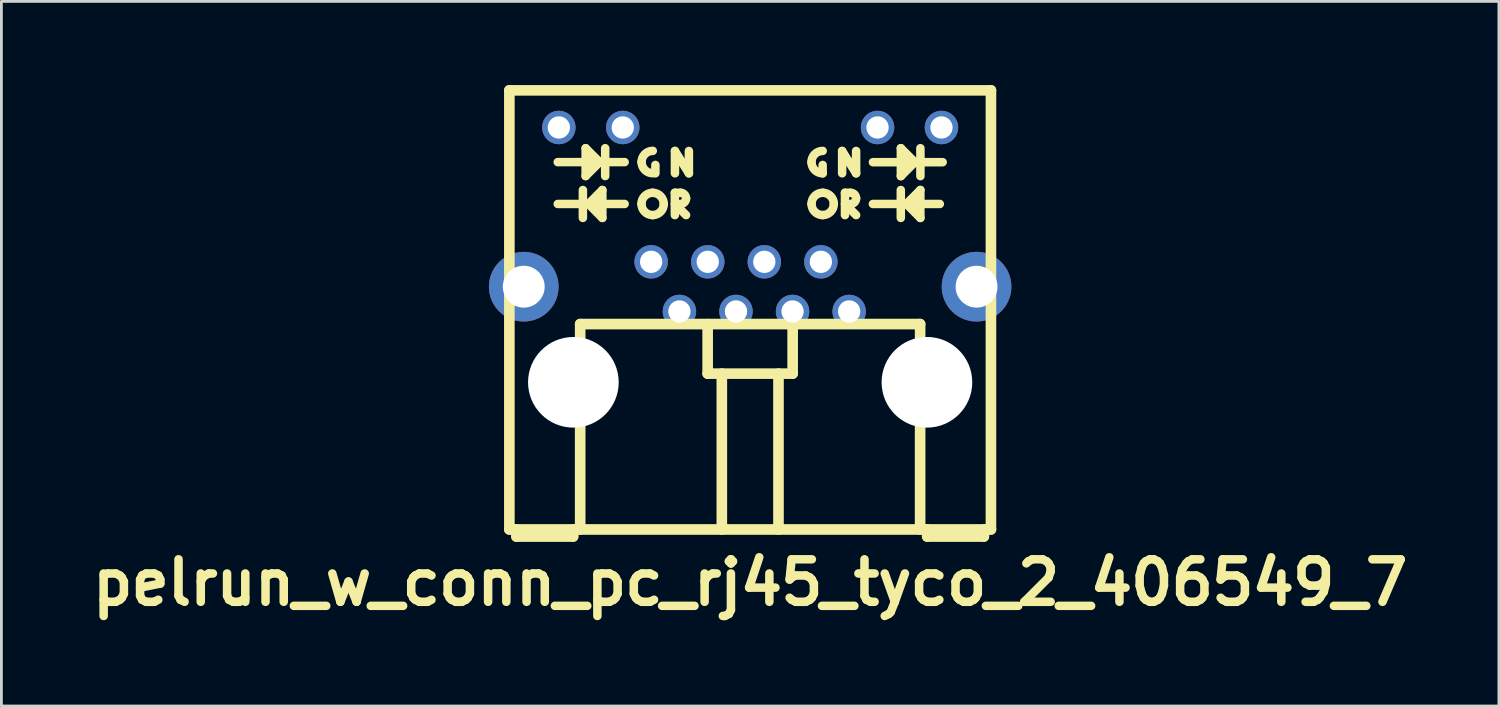
<source format=kicad_pcb>
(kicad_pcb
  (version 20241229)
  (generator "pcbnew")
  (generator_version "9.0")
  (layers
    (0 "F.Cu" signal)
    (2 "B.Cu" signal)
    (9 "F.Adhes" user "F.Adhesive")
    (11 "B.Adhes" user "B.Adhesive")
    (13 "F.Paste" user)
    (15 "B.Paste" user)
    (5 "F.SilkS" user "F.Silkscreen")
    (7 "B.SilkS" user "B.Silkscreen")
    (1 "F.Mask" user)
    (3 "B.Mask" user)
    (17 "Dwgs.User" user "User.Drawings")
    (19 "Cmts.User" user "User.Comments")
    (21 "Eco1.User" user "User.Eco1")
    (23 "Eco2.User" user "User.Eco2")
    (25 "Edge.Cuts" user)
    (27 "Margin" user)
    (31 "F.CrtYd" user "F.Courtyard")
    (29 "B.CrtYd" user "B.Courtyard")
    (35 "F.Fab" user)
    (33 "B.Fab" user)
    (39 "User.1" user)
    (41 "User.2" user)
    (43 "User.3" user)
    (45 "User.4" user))
  (footprint "pelrun_w_conn_pc_rj45_tyco_2_406549_7"
    (layer "F.Cu")
    (at 23.854 8.065)
    (property "Reference" "pelrun_w_conn_pc_rj45_tyco_2_406549_7" (at 0 9.779 0) (layer "F.SilkS") (effects (font (size 1.524 1.524) (thickness 0.305))))
    (attr through_hole)
    (fp_line (start -8.636 -7.874) (end 8.636 -7.874) (stroke (width 0.381) (type solid)) (layer "F.SilkS"))
    (fp_line (start -8.636 7.874) (end -8.636 -7.874) (stroke (width 0.381) (type solid)) (layer "F.SilkS"))
    (fp_line (start -8.382 7.874) (end -8.382 8.128) (stroke (width 0.381) (type solid)) (layer "F.SilkS"))
    (fp_line (start -8.382 8.128) (end -6.35 8.128) (stroke (width 0.381) (type solid)) (layer "F.SilkS"))
    (fp_line (start -6.901 -5.301) (end -4.501 -5.301) (stroke (width 0.305) (type solid)) (layer "F.SilkS"))
    (fp_line (start -6.901 -3.8) (end -4.501 -3.8) (stroke (width 0.305) (type solid)) (layer "F.SilkS"))
    (fp_line (start -6.35 8.128) (end -6.35 7.874) (stroke (width 0.381) (type solid)) (layer "F.SilkS"))
    (fp_line (start -6.096 0.508) (end 6.096 0.508) (stroke (width 0.381) (type solid)) (layer "F.SilkS"))
    (fp_line (start -6.096 7.874) (end -6.096 0.508) (stroke (width 0.381) (type solid)) (layer "F.SilkS"))
    (fp_line (start -5.999 -4.3) (end -5.999 -3.299) (stroke (width 0.305) (type solid)) (layer "F.SilkS"))
    (fp_line (start -5.9 -5.799) (end -5.9 -4.801) (stroke (width 0.305) (type solid)) (layer "F.SilkS"))
    (fp_line (start -5.9 -4.801) (end -5.4 -5.301) (stroke (width 0.305) (type solid)) (layer "F.SilkS"))
    (fp_line (start -5.799 -3.8) (end -5.301 -3.299) (stroke (width 0.305) (type solid)) (layer "F.SilkS"))
    (fp_line (start -5.4 -5.301) (end -5.9 -5.799) (stroke (width 0.305) (type solid)) (layer "F.SilkS"))
    (fp_line (start -5.301 -4.3) (end -5.799 -3.8) (stroke (width 0.305) (type solid)) (layer "F.SilkS"))
    (fp_line (start -5.301 -3.299) (end -5.301 -4.3) (stroke (width 0.305) (type solid)) (layer "F.SilkS"))
    (fp_line (start -5.199 -5.799) (end -5.199 -4.801) (stroke (width 0.305) (type solid)) (layer "F.SilkS"))
    (fp_line (start -3.399 -5.199) (end -3.399 -4.9) (stroke (width 0.305) (type solid)) (layer "F.SilkS"))
    (fp_line (start -2.7 -3.8) (end -2.299 -3.401) (stroke (width 0.305) (type solid)) (layer "F.SilkS"))
    (fp_line (start -2.7 -3.401) (end -2.7 -4.201) (stroke (width 0.305) (type solid)) (layer "F.SilkS"))
    (fp_line (start -2.697 -5.7) (end -2.197 -4.9) (stroke (width 0.305) (type solid)) (layer "F.SilkS"))
    (fp_line (start -2.697 -4.9) (end -2.697 -5.7) (stroke (width 0.305) (type solid)) (layer "F.SilkS"))
    (fp_line (start -2.499 -4.201) (end -2.7 -4.201) (stroke (width 0.305) (type solid)) (layer "F.SilkS"))
    (fp_line (start -2.197 -4.9) (end -2.197 -5.7) (stroke (width 0.305) (type solid)) (layer "F.SilkS"))
    (fp_line (start -1.524 2.286) (end -1.524 0.508) (stroke (width 0.381) (type solid)) (layer "F.SilkS"))
    (fp_line (start -1.016 7.874) (end -1.016 2.286) (stroke (width 0.381) (type solid)) (layer "F.SilkS"))
    (fp_line (start 1.016 2.286) (end 1.016 7.874) (stroke (width 0.381) (type solid)) (layer "F.SilkS"))
    (fp_line (start 1.524 0.508) (end 1.524 2.286) (stroke (width 0.381) (type solid)) (layer "F.SilkS"))
    (fp_line (start 1.524 2.286) (end -1.524 2.286) (stroke (width 0.381) (type solid)) (layer "F.SilkS"))
    (fp_line (start 2.601 -4.9) (end 2.601 -5.199) (stroke (width 0.305) (type solid)) (layer "F.SilkS"))
    (fp_line (start 3.299 -5.7) (end 3.8 -4.9) (stroke (width 0.305) (type solid)) (layer "F.SilkS"))
    (fp_line (start 3.299 -4.9) (end 3.299 -5.7) (stroke (width 0.305) (type solid)) (layer "F.SilkS"))
    (fp_line (start 3.401 -3.401) (end 3.401 -4.201) (stroke (width 0.305) (type solid)) (layer "F.SilkS"))
    (fp_line (start 3.599 -4.201) (end 3.401 -4.201) (stroke (width 0.305) (type solid)) (layer "F.SilkS"))
    (fp_line (start 3.8 -4.9) (end 3.8 -5.7) (stroke (width 0.305) (type solid)) (layer "F.SilkS"))
    (fp_line (start 3.8 -3.401) (end 3.401 -3.8) (stroke (width 0.305) (type solid)) (layer "F.SilkS"))
    (fp_line (start 4.402 -3.8) (end 6.802 -3.8) (stroke (width 0.305) (type solid)) (layer "F.SilkS"))
    (fp_line (start 4.404 -5.298) (end 6.904 -5.298) (stroke (width 0.305) (type solid)) (layer "F.SilkS"))
    (fp_line (start 5.403 -4.3) (end 5.403 -3.299) (stroke (width 0.305) (type solid)) (layer "F.SilkS"))
    (fp_line (start 5.405 -5.799) (end 5.905 -5.298) (stroke (width 0.305) (type solid)) (layer "F.SilkS"))
    (fp_line (start 5.405 -4.798) (end 5.405 -5.799) (stroke (width 0.305) (type solid)) (layer "F.SilkS"))
    (fp_line (start 5.603 -3.8) (end 6.104 -4.3) (stroke (width 0.305) (type solid)) (layer "F.SilkS"))
    (fp_line (start 5.905 -5.298) (end 5.405 -4.798) (stroke (width 0.305) (type solid)) (layer "F.SilkS"))
    (fp_line (start 6.096 0.508) (end 6.096 7.874) (stroke (width 0.381) (type solid)) (layer "F.SilkS"))
    (fp_line (start 6.104 -4.3) (end 6.104 -3.299) (stroke (width 0.305) (type solid)) (layer "F.SilkS"))
    (fp_line (start 6.104 -3.299) (end 5.603 -3.8) (stroke (width 0.305) (type solid)) (layer "F.SilkS"))
    (fp_line (start 6.106 -5.799) (end 6.106 -4.798) (stroke (width 0.305) (type solid)) (layer "F.SilkS"))
    (fp_line (start 6.35 7.874) (end 6.35 8.128) (stroke (width 0.381) (type solid)) (layer "F.SilkS"))
    (fp_line (start 6.35 8.128) (end 8.382 8.128) (stroke (width 0.381) (type solid)) (layer "F.SilkS"))
    (fp_line (start 8.382 8.128) (end 8.382 7.874) (stroke (width 0.381) (type solid)) (layer "F.SilkS"))
    (fp_line (start 8.636 -7.874) (end 8.636 7.874) (stroke (width 0.381) (type solid)) (layer "F.SilkS"))
    (fp_line (start 8.636 7.874) (end -8.636 7.874) (stroke (width 0.381) (type solid)) (layer "F.SilkS"))
    (fp_arc (start -3.8989 -3.79984) (mid -3.781356 -4.083616) (end -3.49758 -4.20116) (stroke (width 0.3048) (type solid)) (layer "F.SilkS"))
    (fp_arc (start -3.89382 -5.30352) (mid -3.776276 -5.587296) (end -3.4925 -5.70484) (stroke (width 0.3048) (type solid)) (layer "F.SilkS"))
    (fp_arc (start -3.50012 -4.20116) (mid -3.216344 -4.083616) (end -3.0988 -3.79984) (stroke (width 0.3048) (type solid)) (layer "F.SilkS"))
    (fp_arc (start -3.49758 -3.40106) (mid -3.77956 -3.51786) (end -3.89636 -3.79984) (stroke (width 0.3048) (type solid)) (layer "F.SilkS"))
    (fp_arc (start -3.4925 -4.9022) (mid -3.776276 -5.019744) (end -3.89382 -5.30352) (stroke (width 0.3048) (type solid)) (layer "F.SilkS"))
    (fp_arc (start -3.0988 -3.79984) (mid -3.2156 -3.51786) (end -3.49758 -3.40106) (stroke (width 0.3048) (type solid)) (layer "F.SilkS"))
    (fp_arc (start -2.49936 -4.20116) (mid -2.357472 -4.142388) (end -2.2987 -4.0005) (stroke (width 0.3048) (type solid)) (layer "F.SilkS"))
    (fp_arc (start -2.2987 -4.0005) (mid -2.357472 -3.858612) (end -2.49936 -3.79984) (stroke (width 0.3048) (type solid)) (layer "F.SilkS"))
    (fp_arc (start 2.19964 -5.30098) (mid 2.317184 -5.584756) (end 2.60096 -5.7023) (stroke (width 0.3048) (type solid)) (layer "F.SilkS"))
    (fp_arc (start 2.19964 -3.79984) (mid 2.317184 -4.083616) (end 2.60096 -4.20116) (stroke (width 0.3048) (type solid)) (layer "F.SilkS"))
    (fp_arc (start 2.60096 -4.89966) (mid 2.317184 -5.017204) (end 2.19964 -5.30098) (stroke (width 0.3048) (type solid)) (layer "F.SilkS"))
    (fp_arc (start 2.60096 -4.20116) (mid 2.884736 -4.083616) (end 3.00228 -3.79984) (stroke (width 0.3048) (type solid)) (layer "F.SilkS"))
    (fp_arc (start 2.60096 -3.40106) (mid 2.31898 -3.51786) (end 2.20218 -3.79984) (stroke (width 0.3048) (type solid)) (layer "F.SilkS"))
    (fp_arc (start 2.99974 -3.79984) (mid 2.88294 -3.51786) (end 2.60096 -3.40106) (stroke (width 0.3048) (type solid)) (layer "F.SilkS"))
    (fp_arc (start 3.59918 -4.20116) (mid 3.741068 -4.142388) (end 3.79984 -4.0005) (stroke (width 0.3048) (type solid)) (layer "F.SilkS"))
    (fp_arc (start 3.79984 -4.0005) (mid 3.741068 -3.858612) (end 3.59918 -3.79984) (stroke (width 0.3048) (type solid)) (layer "F.SilkS"))
    (pad "" thru_hole circle (at -8.12 -0.833) (size 2.499 2.499) (drill 1.501) (layers "*.Cu" "*.Mask"))
    (pad "" np_thru_hole circle (at -6.34 2.596) (size 3.251 3.251) (drill 3.251) (layers "*.Cu"))
    (pad "" np_thru_hole circle (at 6.34 2.596) (size 3.251 3.251) (drill 3.251) (layers "*.Cu"))
    (pad "" thru_hole circle (at 8.12 -0.833) (size 2.499 2.499) (drill 1.501) (layers "*.Cu" "*.Mask"))
    (pad "1" thru_hole circle (at 3.551 0.056) (size 1.199 1.199) (drill 0.8) (layers "*.Cu" "*.Mask"))
    (pad "2" thru_hole circle (at 2.537 -1.725) (size 1.199 1.199) (drill 0.8) (layers "*.Cu" "*.Mask"))
    (pad "3" thru_hole circle (at 1.521 0.056) (size 1.199 1.199) (drill 0.8) (layers "*.Cu" "*.Mask"))
    (pad "4" thru_hole circle (at 0.508 -1.725) (size 1.199 1.199) (drill 0.8) (layers "*.Cu" "*.Mask"))
    (pad "5" thru_hole circle (at -0.508 0.056) (size 1.199 1.199) (drill 0.8) (layers "*.Cu" "*.Mask"))
    (pad "6" thru_hole circle (at -1.521 -1.725) (size 1.199 1.199) (drill 0.8) (layers "*.Cu" "*.Mask"))
    (pad "7" thru_hole circle (at -2.537 0.056) (size 1.199 1.199) (drill 0.8) (layers "*.Cu" "*.Mask"))
    (pad "8" thru_hole circle (at -3.551 -1.725) (size 1.199 1.199) (drill 0.8) (layers "*.Cu" "*.Mask"))
    (pad "9" thru_hole circle (at 6.861 -6.543) (size 1.199 1.199) (drill 0.8) (layers "*.Cu" "*.Mask"))
    (pad "10" thru_hole circle (at 4.569 -6.543) (size 1.199 1.199) (drill 0.8) (layers "*.Cu" "*.Mask"))
    (pad "11" thru_hole circle (at -4.569 -6.543) (size 1.199 1.199) (drill 0.8) (layers "*.Cu" "*.Mask"))
    (pad "12" thru_hole circle (at -6.861 -6.543) (size 1.199 1.199) (drill 0.8) (layers "*.Cu" "*.Mask")))
  (gr_rect
    (start -3 -3)
    (end 50.708 22.27)
    (stroke (width 0.1) (type default))
    (fill no)
    (layer "Edge.Cuts")))
</source>
